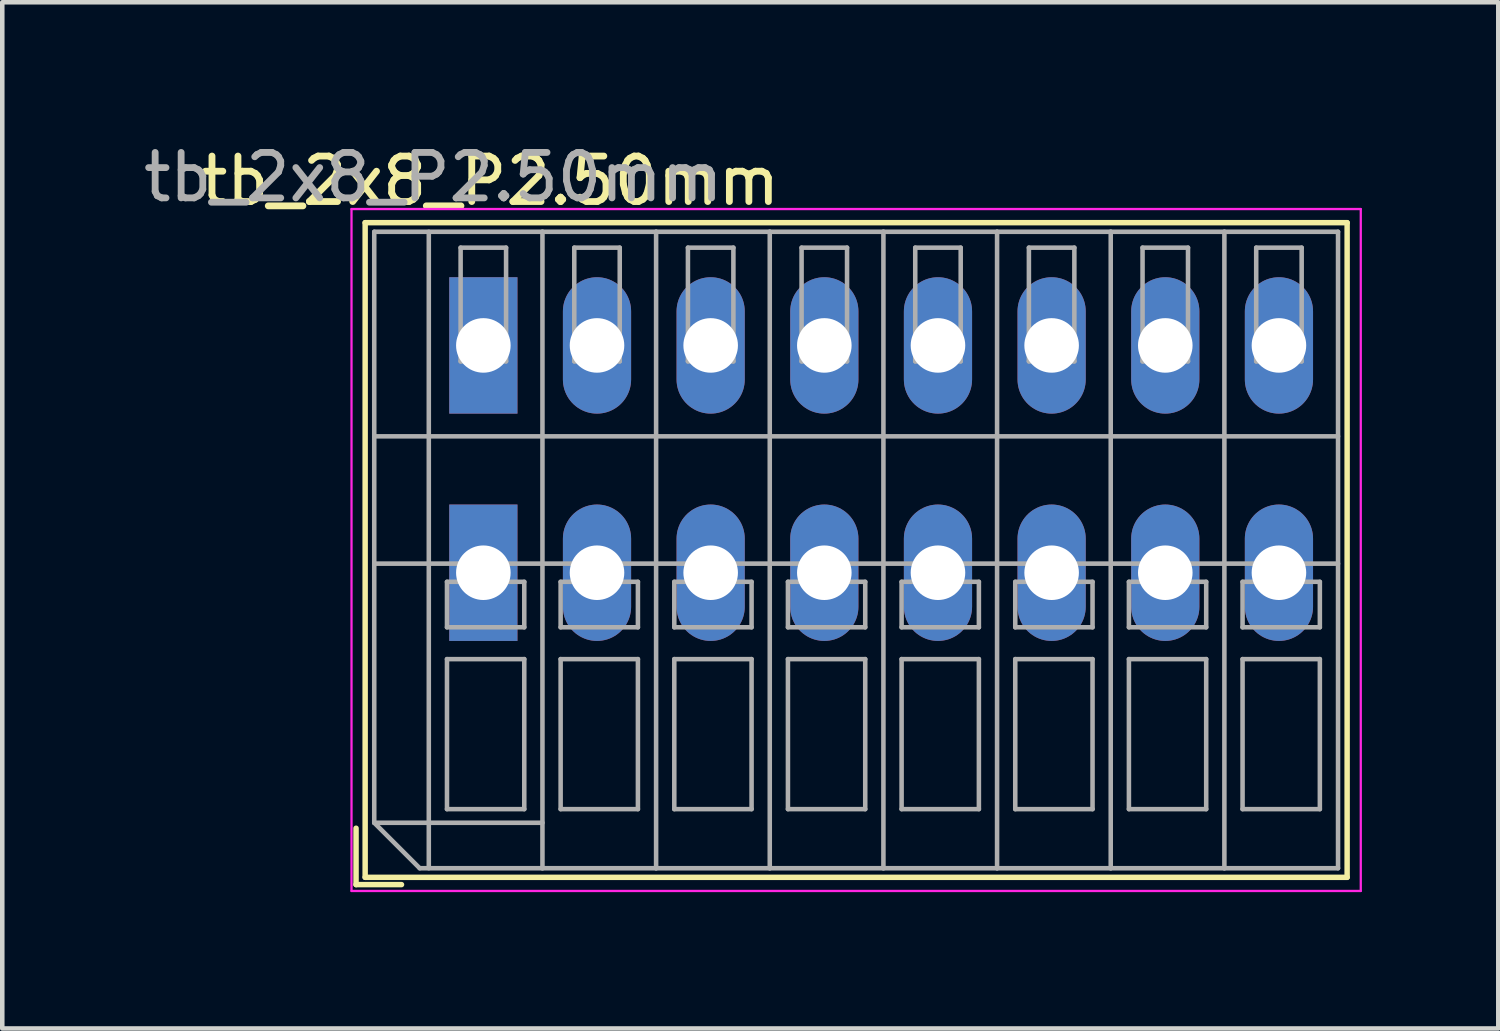
<source format=kicad_pcb>
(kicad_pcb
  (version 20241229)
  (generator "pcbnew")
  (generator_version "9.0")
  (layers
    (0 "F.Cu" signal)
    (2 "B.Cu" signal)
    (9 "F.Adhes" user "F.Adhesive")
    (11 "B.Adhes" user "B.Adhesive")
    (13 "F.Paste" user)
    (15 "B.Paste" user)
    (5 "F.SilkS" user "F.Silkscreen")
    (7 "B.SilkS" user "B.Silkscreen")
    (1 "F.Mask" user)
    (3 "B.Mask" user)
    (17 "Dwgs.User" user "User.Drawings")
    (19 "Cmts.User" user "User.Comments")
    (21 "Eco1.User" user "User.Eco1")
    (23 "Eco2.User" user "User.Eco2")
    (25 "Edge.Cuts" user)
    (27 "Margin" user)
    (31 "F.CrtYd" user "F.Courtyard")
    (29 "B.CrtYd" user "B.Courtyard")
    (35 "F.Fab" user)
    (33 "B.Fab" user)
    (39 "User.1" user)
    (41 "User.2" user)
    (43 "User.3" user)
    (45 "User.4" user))
  (footprint "tb_2x8_P2.50mm"
    (layer "F.Cu")
    (at 7.582 7.048)
    (property "Reference" "tb_2x8_P2.50mm" (at 0.15 -6.12 0) (layer "F.SilkS") (effects (font (size 1 1) (thickness 0.15))))
    (attr through_hole)
    (fp_line (start -2.8 8.12) (end -2.8 9.36) (stroke (width 0.12) (type solid)) (layer "F.SilkS"))
    (fp_line (start -2.8 9.36) (end -1.8 9.36) (stroke (width 0.12) (type solid)) (layer "F.SilkS"))
    (fp_line (start -2.6 -5.2) (end -2.6 9.2) (stroke (width 0.12) (type solid)) (layer "F.SilkS"))
    (fp_line (start -2.6 -5.2) (end 19 -5.2) (stroke (width 0.12) (type solid)) (layer "F.SilkS"))
    (fp_line (start -2.6 9.2) (end 19 9.2) (stroke (width 0.12) (type solid)) (layer "F.SilkS"))
    (fp_line (start 19 -5.2) (end 19 9.2) (stroke (width 0.12) (type solid)) (layer "F.SilkS"))
    (fp_line (start -2.9 -5.5) (end -2.9 9.5) (stroke (width 0.05) (type solid)) (layer "F.CrtYd"))
    (fp_line (start -2.9 9.5) (end 19.3 9.5) (stroke (width 0.05) (type solid)) (layer "F.CrtYd"))
    (fp_line (start 19.3 -5.5) (end -2.9 -5.5) (stroke (width 0.05) (type solid)) (layer "F.CrtYd"))
    (fp_line (start 19.3 -5.5) (end 19.3 9.5) (stroke (width 0.05) (type solid)) (layer "F.CrtYd"))
    (fp_line (start -2.4 -5) (end 1.3 -5) (stroke (width 0.1) (type solid)) (layer "F.Fab"))
    (fp_line (start -2.4 -0.5) (end 1.3 -0.5) (stroke (width 0.1) (type solid)) (layer "F.Fab"))
    (fp_line (start -2.4 2.3) (end 1.3 2.3) (stroke (width 0.1) (type solid)) (layer "F.Fab"))
    (fp_line (start -2.4 8) (end -2.4 -5) (stroke (width 0.1) (type solid)) (layer "F.Fab"))
    (fp_line (start -2.4 8) (end 1.3 8) (stroke (width 0.1) (type solid)) (layer "F.Fab"))
    (fp_line (start -1.4 9) (end -2.4 8) (stroke (width 0.1) (type solid)) (layer "F.Fab"))
    (fp_line (start -1.4 9) (end 1.3 9) (stroke (width 0.1) (type solid)) (layer "F.Fab"))
    (fp_line (start -1.2 -5) (end -1.2 9) (stroke (width 0.1) (type solid)) (layer "F.Fab"))
    (fp_line (start -0.8 2.7) (end -0.8 3.7) (stroke (width 0.1) (type solid)) (layer "F.Fab"))
    (fp_line (start -0.8 3.7) (end 0.9 3.7) (stroke (width 0.1) (type solid)) (layer "F.Fab"))
    (fp_line (start -0.8 4.4) (end -0.8 7.7) (stroke (width 0.1) (type solid)) (layer "F.Fab"))
    (fp_line (start -0.8 7.7) (end 0.9 7.7) (stroke (width 0.1) (type solid)) (layer "F.Fab"))
    (fp_line (start -0.5 -4.65) (end -0.5 -2.15) (stroke (width 0.1) (type solid)) (layer "F.Fab"))
    (fp_line (start -0.5 -2.15) (end 0.5 -2.15) (stroke (width 0.1) (type solid)) (layer "F.Fab"))
    (fp_line (start 0.5 -4.65) (end -0.5 -4.65) (stroke (width 0.1) (type solid)) (layer "F.Fab"))
    (fp_line (start 0.5 -2.15) (end 0.5 -4.65) (stroke (width 0.1) (type solid)) (layer "F.Fab"))
    (fp_line (start 0.9 2.7) (end -0.8 2.7) (stroke (width 0.1) (type solid)) (layer "F.Fab"))
    (fp_line (start 0.9 3.7) (end 0.9 2.7) (stroke (width 0.1) (type solid)) (layer "F.Fab"))
    (fp_line (start 0.9 4.4) (end -0.8 4.4) (stroke (width 0.1) (type solid)) (layer "F.Fab"))
    (fp_line (start 0.9 7.7) (end 0.9 4.4) (stroke (width 0.1) (type solid)) (layer "F.Fab"))
    (fp_line (start 1.3 -5) (end 3.8 -5) (stroke (width 0.1) (type solid)) (layer "F.Fab"))
    (fp_line (start 1.3 -0.5) (end 3.8 -0.5) (stroke (width 0.1) (type solid)) (layer "F.Fab"))
    (fp_line (start 1.3 2.3) (end 3.8 2.3) (stroke (width 0.1) (type solid)) (layer "F.Fab"))
    (fp_line (start 1.3 9) (end 1.3 -5) (stroke (width 0.1) (type solid)) (layer "F.Fab"))
    (fp_line (start 1.3 9) (end 3.8 9) (stroke (width 0.1) (type solid)) (layer "F.Fab"))
    (fp_line (start 1.7 2.7) (end 1.7 3.7) (stroke (width 0.1) (type solid)) (layer "F.Fab"))
    (fp_line (start 1.7 3.7) (end 3.4 3.7) (stroke (width 0.1) (type solid)) (layer "F.Fab"))
    (fp_line (start 1.7 4.4) (end 1.7 7.7) (stroke (width 0.1) (type solid)) (layer "F.Fab"))
    (fp_line (start 1.7 7.7) (end 3.4 7.7) (stroke (width 0.1) (type solid)) (layer "F.Fab"))
    (fp_line (start 2 -4.65) (end 2 -2.15) (stroke (width 0.1) (type solid)) (layer "F.Fab"))
    (fp_line (start 2 -2.15) (end 3 -2.15) (stroke (width 0.1) (type solid)) (layer "F.Fab"))
    (fp_line (start 3 -4.65) (end 2 -4.65) (stroke (width 0.1) (type solid)) (layer "F.Fab"))
    (fp_line (start 3 -2.15) (end 3 -4.65) (stroke (width 0.1) (type solid)) (layer "F.Fab"))
    (fp_line (start 3.4 2.7) (end 1.7 2.7) (stroke (width 0.1) (type solid)) (layer "F.Fab"))
    (fp_line (start 3.4 3.7) (end 3.4 2.7) (stroke (width 0.1) (type solid)) (layer "F.Fab"))
    (fp_line (start 3.4 4.4) (end 1.7 4.4) (stroke (width 0.1) (type solid)) (layer "F.Fab"))
    (fp_line (start 3.4 7.7) (end 3.4 4.4) (stroke (width 0.1) (type solid)) (layer "F.Fab"))
    (fp_line (start 3.8 -5) (end 6.3 -5) (stroke (width 0.1) (type solid)) (layer "F.Fab"))
    (fp_line (start 3.8 -0.5) (end 6.3 -0.5) (stroke (width 0.1) (type solid)) (layer "F.Fab"))
    (fp_line (start 3.8 2.3) (end 6.3 2.3) (stroke (width 0.1) (type solid)) (layer "F.Fab"))
    (fp_line (start 3.8 9) (end 3.8 -5) (stroke (width 0.1) (type solid)) (layer "F.Fab"))
    (fp_line (start 3.8 9) (end 6.3 9) (stroke (width 0.1) (type solid)) (layer "F.Fab"))
    (fp_line (start 4.2 2.7) (end 4.2 3.7) (stroke (width 0.1) (type solid)) (layer "F.Fab"))
    (fp_line (start 4.2 3.7) (end 5.9 3.7) (stroke (width 0.1) (type solid)) (layer "F.Fab"))
    (fp_line (start 4.2 4.4) (end 4.2 7.7) (stroke (width 0.1) (type solid)) (layer "F.Fab"))
    (fp_line (start 4.2 7.7) (end 5.9 7.7) (stroke (width 0.1) (type solid)) (layer "F.Fab"))
    (fp_line (start 4.5 -4.65) (end 4.5 -2.15) (stroke (width 0.1) (type solid)) (layer "F.Fab"))
    (fp_line (start 4.5 -2.15) (end 5.5 -2.15) (stroke (width 0.1) (type solid)) (layer "F.Fab"))
    (fp_line (start 5.5 -4.65) (end 4.5 -4.65) (stroke (width 0.1) (type solid)) (layer "F.Fab"))
    (fp_line (start 5.5 -2.15) (end 5.5 -4.65) (stroke (width 0.1) (type solid)) (layer "F.Fab"))
    (fp_line (start 5.9 2.7) (end 4.2 2.7) (stroke (width 0.1) (type solid)) (layer "F.Fab"))
    (fp_line (start 5.9 3.7) (end 5.9 2.7) (stroke (width 0.1) (type solid)) (layer "F.Fab"))
    (fp_line (start 5.9 4.4) (end 4.2 4.4) (stroke (width 0.1) (type solid)) (layer "F.Fab"))
    (fp_line (start 5.9 7.7) (end 5.9 4.4) (stroke (width 0.1) (type solid)) (layer "F.Fab"))
    (fp_line (start 6.3 -5) (end 8.8 -5) (stroke (width 0.1) (type solid)) (layer "F.Fab"))
    (fp_line (start 6.3 -0.5) (end 8.8 -0.5) (stroke (width 0.1) (type solid)) (layer "F.Fab"))
    (fp_line (start 6.3 2.3) (end 8.8 2.3) (stroke (width 0.1) (type solid)) (layer "F.Fab"))
    (fp_line (start 6.3 9) (end 6.3 -5) (stroke (width 0.1) (type solid)) (layer "F.Fab"))
    (fp_line (start 6.3 9) (end 8.8 9) (stroke (width 0.1) (type solid)) (layer "F.Fab"))
    (fp_line (start 6.7 2.7) (end 6.7 3.7) (stroke (width 0.1) (type solid)) (layer "F.Fab"))
    (fp_line (start 6.7 3.7) (end 8.4 3.7) (stroke (width 0.1) (type solid)) (layer "F.Fab"))
    (fp_line (start 6.7 4.4) (end 6.7 7.7) (stroke (width 0.1) (type solid)) (layer "F.Fab"))
    (fp_line (start 6.7 7.7) (end 8.4 7.7) (stroke (width 0.1) (type solid)) (layer "F.Fab"))
    (fp_line (start 7 -4.65) (end 7 -2.15) (stroke (width 0.1) (type solid)) (layer "F.Fab"))
    (fp_line (start 7 -2.15) (end 8 -2.15) (stroke (width 0.1) (type solid)) (layer "F.Fab"))
    (fp_line (start 8 -4.65) (end 7 -4.65) (stroke (width 0.1) (type solid)) (layer "F.Fab"))
    (fp_line (start 8 -2.15) (end 8 -4.65) (stroke (width 0.1) (type solid)) (layer "F.Fab"))
    (fp_line (start 8.4 2.7) (end 6.7 2.7) (stroke (width 0.1) (type solid)) (layer "F.Fab"))
    (fp_line (start 8.4 3.7) (end 8.4 2.7) (stroke (width 0.1) (type solid)) (layer "F.Fab"))
    (fp_line (start 8.4 4.4) (end 6.7 4.4) (stroke (width 0.1) (type solid)) (layer "F.Fab"))
    (fp_line (start 8.4 7.7) (end 8.4 4.4) (stroke (width 0.1) (type solid)) (layer "F.Fab"))
    (fp_line (start 8.8 -5) (end 11.3 -5) (stroke (width 0.1) (type solid)) (layer "F.Fab"))
    (fp_line (start 8.8 -0.5) (end 11.3 -0.5) (stroke (width 0.1) (type solid)) (layer "F.Fab"))
    (fp_line (start 8.8 2.3) (end 11.3 2.3) (stroke (width 0.1) (type solid)) (layer "F.Fab"))
    (fp_line (start 8.8 9) (end 8.8 -5) (stroke (width 0.1) (type solid)) (layer "F.Fab"))
    (fp_line (start 8.8 9) (end 11.3 9) (stroke (width 0.1) (type solid)) (layer "F.Fab"))
    (fp_line (start 9.2 2.7) (end 9.2 3.7) (stroke (width 0.1) (type solid)) (layer "F.Fab"))
    (fp_line (start 9.2 3.7) (end 10.9 3.7) (stroke (width 0.1) (type solid)) (layer "F.Fab"))
    (fp_line (start 9.2 4.4) (end 9.2 7.7) (stroke (width 0.1) (type solid)) (layer "F.Fab"))
    (fp_line (start 9.2 7.7) (end 10.9 7.7) (stroke (width 0.1) (type solid)) (layer "F.Fab"))
    (fp_line (start 9.5 -4.65) (end 9.5 -2.15) (stroke (width 0.1) (type solid)) (layer "F.Fab"))
    (fp_line (start 9.5 -2.15) (end 10.5 -2.15) (stroke (width 0.1) (type solid)) (layer "F.Fab"))
    (fp_line (start 10.5 -4.65) (end 9.5 -4.65) (stroke (width 0.1) (type solid)) (layer "F.Fab"))
    (fp_line (start 10.5 -2.15) (end 10.5 -4.65) (stroke (width 0.1) (type solid)) (layer "F.Fab"))
    (fp_line (start 10.9 2.7) (end 9.2 2.7) (stroke (width 0.1) (type solid)) (layer "F.Fab"))
    (fp_line (start 10.9 3.7) (end 10.9 2.7) (stroke (width 0.1) (type solid)) (layer "F.Fab"))
    (fp_line (start 10.9 4.4) (end 9.2 4.4) (stroke (width 0.1) (type solid)) (layer "F.Fab"))
    (fp_line (start 10.9 7.7) (end 10.9 4.4) (stroke (width 0.1) (type solid)) (layer "F.Fab"))
    (fp_line (start 11.3 -5) (end 13.8 -5) (stroke (width 0.1) (type solid)) (layer "F.Fab"))
    (fp_line (start 11.3 -0.5) (end 13.8 -0.5) (stroke (width 0.1) (type solid)) (layer "F.Fab"))
    (fp_line (start 11.3 2.3) (end 13.8 2.3) (stroke (width 0.1) (type solid)) (layer "F.Fab"))
    (fp_line (start 11.3 9) (end 11.3 -5) (stroke (width 0.1) (type solid)) (layer "F.Fab"))
    (fp_line (start 11.3 9) (end 13.8 9) (stroke (width 0.1) (type solid)) (layer "F.Fab"))
    (fp_line (start 11.7 2.7) (end 11.7 3.7) (stroke (width 0.1) (type solid)) (layer "F.Fab"))
    (fp_line (start 11.7 3.7) (end 13.4 3.7) (stroke (width 0.1) (type solid)) (layer "F.Fab"))
    (fp_line (start 11.7 4.4) (end 11.7 7.7) (stroke (width 0.1) (type solid)) (layer "F.Fab"))
    (fp_line (start 11.7 7.7) (end 13.4 7.7) (stroke (width 0.1) (type solid)) (layer "F.Fab"))
    (fp_line (start 12 -4.65) (end 12 -2.15) (stroke (width 0.1) (type solid)) (layer "F.Fab"))
    (fp_line (start 12 -2.15) (end 13 -2.15) (stroke (width 0.1) (type solid)) (layer "F.Fab"))
    (fp_line (start 13 -4.65) (end 12 -4.65) (stroke (width 0.1) (type solid)) (layer "F.Fab"))
    (fp_line (start 13 -2.15) (end 13 -4.65) (stroke (width 0.1) (type solid)) (layer "F.Fab"))
    (fp_line (start 13.4 2.7) (end 11.7 2.7) (stroke (width 0.1) (type solid)) (layer "F.Fab"))
    (fp_line (start 13.4 3.7) (end 13.4 2.7) (stroke (width 0.1) (type solid)) (layer "F.Fab"))
    (fp_line (start 13.4 4.4) (end 11.7 4.4) (stroke (width 0.1) (type solid)) (layer "F.Fab"))
    (fp_line (start 13.4 7.7) (end 13.4 4.4) (stroke (width 0.1) (type solid)) (layer "F.Fab"))
    (fp_line (start 13.8 -5) (end 16.3 -5) (stroke (width 0.1) (type solid)) (layer "F.Fab"))
    (fp_line (start 13.8 -0.5) (end 16.3 -0.5) (stroke (width 0.1) (type solid)) (layer "F.Fab"))
    (fp_line (start 13.8 2.3) (end 16.3 2.3) (stroke (width 0.1) (type solid)) (layer "F.Fab"))
    (fp_line (start 13.8 9) (end 13.8 -5) (stroke (width 0.1) (type solid)) (layer "F.Fab"))
    (fp_line (start 13.8 9) (end 16.3 9) (stroke (width 0.1) (type solid)) (layer "F.Fab"))
    (fp_line (start 14.2 2.7) (end 14.2 3.7) (stroke (width 0.1) (type solid)) (layer "F.Fab"))
    (fp_line (start 14.2 3.7) (end 15.9 3.7) (stroke (width 0.1) (type solid)) (layer "F.Fab"))
    (fp_line (start 14.2 4.4) (end 14.2 7.7) (stroke (width 0.1) (type solid)) (layer "F.Fab"))
    (fp_line (start 14.2 7.7) (end 15.9 7.7) (stroke (width 0.1) (type solid)) (layer "F.Fab"))
    (fp_line (start 14.5 -4.65) (end 14.5 -2.15) (stroke (width 0.1) (type solid)) (layer "F.Fab"))
    (fp_line (start 14.5 -2.15) (end 15.5 -2.15) (stroke (width 0.1) (type solid)) (layer "F.Fab"))
    (fp_line (start 15.5 -4.65) (end 14.5 -4.65) (stroke (width 0.1) (type solid)) (layer "F.Fab"))
    (fp_line (start 15.5 -2.15) (end 15.5 -4.65) (stroke (width 0.1) (type solid)) (layer "F.Fab"))
    (fp_line (start 15.9 2.7) (end 14.2 2.7) (stroke (width 0.1) (type solid)) (layer "F.Fab"))
    (fp_line (start 15.9 3.7) (end 15.9 2.7) (stroke (width 0.1) (type solid)) (layer "F.Fab"))
    (fp_line (start 15.9 4.4) (end 14.2 4.4) (stroke (width 0.1) (type solid)) (layer "F.Fab"))
    (fp_line (start 15.9 7.7) (end 15.9 4.4) (stroke (width 0.1) (type solid)) (layer "F.Fab"))
    (fp_line (start 16.3 -5) (end 18.8 -5) (stroke (width 0.1) (type solid)) (layer "F.Fab"))
    (fp_line (start 16.3 -0.5) (end 18.8 -0.5) (stroke (width 0.1) (type solid)) (layer "F.Fab"))
    (fp_line (start 16.3 2.3) (end 18.8 2.3) (stroke (width 0.1) (type solid)) (layer "F.Fab"))
    (fp_line (start 16.3 9) (end 16.3 -5) (stroke (width 0.1) (type solid)) (layer "F.Fab"))
    (fp_line (start 16.3 9) (end 18.8 9) (stroke (width 0.1) (type solid)) (layer "F.Fab"))
    (fp_line (start 16.7 2.7) (end 16.7 3.7) (stroke (width 0.1) (type solid)) (layer "F.Fab"))
    (fp_line (start 16.7 3.7) (end 18.4 3.7) (stroke (width 0.1) (type solid)) (layer "F.Fab"))
    (fp_line (start 16.7 4.4) (end 16.7 7.7) (stroke (width 0.1) (type solid)) (layer "F.Fab"))
    (fp_line (start 16.7 7.7) (end 18.4 7.7) (stroke (width 0.1) (type solid)) (layer "F.Fab"))
    (fp_line (start 17 -4.65) (end 17 -2.15) (stroke (width 0.1) (type solid)) (layer "F.Fab"))
    (fp_line (start 17 -2.15) (end 18 -2.15) (stroke (width 0.1) (type solid)) (layer "F.Fab"))
    (fp_line (start 18 -4.65) (end 17 -4.65) (stroke (width 0.1) (type solid)) (layer "F.Fab"))
    (fp_line (start 18 -2.15) (end 18 -4.65) (stroke (width 0.1) (type solid)) (layer "F.Fab"))
    (fp_line (start 18.4 2.7) (end 16.7 2.7) (stroke (width 0.1) (type solid)) (layer "F.Fab"))
    (fp_line (start 18.4 3.7) (end 18.4 2.7) (stroke (width 0.1) (type solid)) (layer "F.Fab"))
    (fp_line (start 18.4 4.4) (end 16.7 4.4) (stroke (width 0.1) (type solid)) (layer "F.Fab"))
    (fp_line (start 18.4 7.7) (end 18.4 4.4) (stroke (width 0.1) (type solid)) (layer "F.Fab"))
    (fp_line (start 18.8 9) (end 18.8 -5) (stroke (width 0.1) (type solid)) (layer "F.Fab"))
    (fp_text user "${REFERENCE}" (at -1.1 -6.2 0) (layer "F.Fab") (effects (font (size 1 1) (thickness 0.15))))
    (pad "1" thru_hole rect (at 0 -2.5) (size 1.5 3) (drill 1.2) (layers "*.Cu" "*.Mask"))
    (pad "1" thru_hole rect (at 0 2.5) (size 1.5 3) (drill 1.2) (layers "*.Cu" "*.Mask"))
    (pad "2" thru_hole oval (at 2.5 -2.5) (size 1.5 3) (drill 1.2) (layers "*.Cu" "*.Mask"))
    (pad "2" thru_hole oval (at 2.5 2.5) (size 1.5 3) (drill 1.2) (layers "*.Cu" "*.Mask"))
    (pad "3" thru_hole oval (at 5 -2.5) (size 1.5 3) (drill 1.2) (layers "*.Cu" "*.Mask"))
    (pad "3" thru_hole oval (at 5 2.5) (size 1.5 3) (drill 1.2) (layers "*.Cu" "*.Mask"))
    (pad "4" thru_hole oval (at 7.5 -2.5) (size 1.5 3) (drill 1.2) (layers "*.Cu" "*.Mask"))
    (pad "4" thru_hole oval (at 7.5 2.5) (size 1.5 3) (drill 1.2) (layers "*.Cu" "*.Mask"))
    (pad "5" thru_hole oval (at 10 -2.5) (size 1.5 3) (drill 1.2) (layers "*.Cu" "*.Mask"))
    (pad "5" thru_hole oval (at 10 2.5) (size 1.5 3) (drill 1.2) (layers "*.Cu" "*.Mask"))
    (pad "6" thru_hole oval (at 12.5 -2.5) (size 1.5 3) (drill 1.2) (layers "*.Cu" "*.Mask"))
    (pad "6" thru_hole oval (at 12.5 2.5) (size 1.5 3) (drill 1.2) (layers "*.Cu" "*.Mask"))
    (pad "7" thru_hole oval (at 15 -2.5) (size 1.5 3) (drill 1.2) (layers "*.Cu" "*.Mask"))
    (pad "7" thru_hole oval (at 15 2.5) (size 1.5 3) (drill 1.2) (layers "*.Cu" "*.Mask"))
    (pad "8" thru_hole oval (at 17.5 -2.5) (size 1.5 3) (drill 1.2) (layers "*.Cu" "*.Mask"))
    (pad "8" thru_hole oval (at 17.5 2.5) (size 1.5 3) (drill 1.2) (layers "*.Cu" "*.Mask")))
  (gr_rect
    (start -3 -3)
    (end 29.907 19.573)
    (stroke (width 0.1) (type default))
    (fill no)
    (layer "Edge.Cuts")))
</source>
